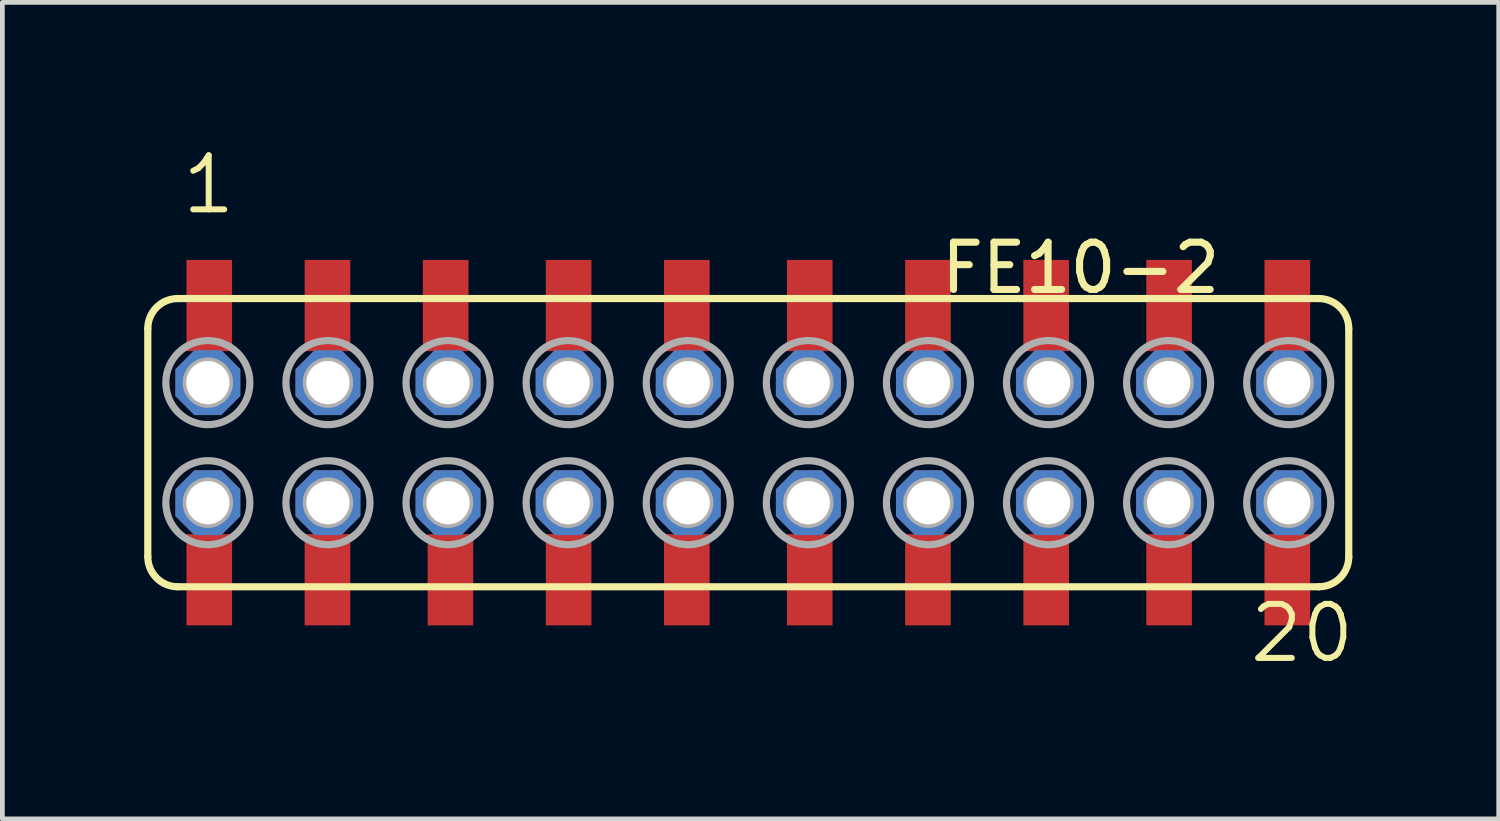
<source format=kicad_pcb>
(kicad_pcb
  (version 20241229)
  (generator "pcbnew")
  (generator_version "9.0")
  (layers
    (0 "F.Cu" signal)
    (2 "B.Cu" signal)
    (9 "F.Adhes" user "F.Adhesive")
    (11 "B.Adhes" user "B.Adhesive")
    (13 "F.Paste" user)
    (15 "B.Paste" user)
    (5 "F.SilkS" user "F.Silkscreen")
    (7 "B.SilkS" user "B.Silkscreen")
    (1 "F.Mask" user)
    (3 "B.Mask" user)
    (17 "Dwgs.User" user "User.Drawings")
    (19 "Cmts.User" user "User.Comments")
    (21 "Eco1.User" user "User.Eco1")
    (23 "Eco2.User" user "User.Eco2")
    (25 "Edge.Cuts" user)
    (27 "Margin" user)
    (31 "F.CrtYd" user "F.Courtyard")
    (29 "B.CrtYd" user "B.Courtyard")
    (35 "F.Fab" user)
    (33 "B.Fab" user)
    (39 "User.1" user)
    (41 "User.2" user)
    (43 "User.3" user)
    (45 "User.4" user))
  (footprint "FE10-2"
    (layer "F.Cu")
    (at 12.776 6.312)
    (property "Reference" "FE10-2" (at 10.058 -4.28 180) (layer "F.SilkS") (effects (font (size 1 1) (thickness 0.15)) (justify right top)))
    (fp_line (start -12.7 2.413) (end -12.7 -2.413) (stroke (width 0.152) (type solid)) (layer "F.SilkS"))
    (fp_line (start -12.065 -3.048) (end 12.065 -3.048) (stroke (width 0.152) (type solid)) (layer "F.SilkS"))
    (fp_line (start -12.065 3.048) (end 12.065 3.048) (stroke (width 0.152) (type solid)) (layer "F.SilkS"))
    (fp_line (start 12.7 2.413) (end 12.7 -2.413) (stroke (width 0.152) (type solid)) (layer "F.SilkS"))
    (fp_arc (start -12.7 -2.413) (mid -12.514013 -2.862013) (end -12.065 -3.048) (stroke (width 0.1524) (type solid)) (layer "F.SilkS"))
    (fp_arc (start -12.065 3.048) (mid -12.514013 2.862013) (end -12.7 2.413) (stroke (width 0.1524) (type solid)) (layer "F.SilkS"))
    (fp_arc (start 12.065 -3.048) (mid 12.514013 -2.862013) (end 12.7 -2.413) (stroke (width 0.1524) (type solid)) (layer "F.SilkS"))
    (fp_arc (start 12.7 2.413) (mid 12.514013 2.862013) (end 12.065 3.048) (stroke (width 0.1524) (type solid)) (layer "F.SilkS"))
    (fp_circle (center -11.43 -1.27) (end -11.303 -1.27) (stroke (width 0.406) (type solid)) (fill no) (layer "F.Fab"))
    (fp_circle (center -11.43 -1.27) (end -10.541 -1.27) (stroke (width 0.152) (type solid)) (fill no) (layer "F.Fab"))
    (fp_circle (center -11.43 1.27) (end -11.303 1.27) (stroke (width 0.406) (type solid)) (fill no) (layer "F.Fab"))
    (fp_circle (center -11.43 1.27) (end -10.541 1.27) (stroke (width 0.152) (type solid)) (fill no) (layer "F.Fab"))
    (fp_circle (center -8.89 -1.27) (end -8.763 -1.27) (stroke (width 0.406) (type solid)) (fill no) (layer "F.Fab"))
    (fp_circle (center -8.89 -1.27) (end -8.001 -1.27) (stroke (width 0.152) (type solid)) (fill no) (layer "F.Fab"))
    (fp_circle (center -8.89 1.27) (end -8.763 1.27) (stroke (width 0.406) (type solid)) (fill no) (layer "F.Fab"))
    (fp_circle (center -8.89 1.27) (end -8.001 1.27) (stroke (width 0.152) (type solid)) (fill no) (layer "F.Fab"))
    (fp_circle (center -6.35 -1.27) (end -6.223 -1.27) (stroke (width 0.406) (type solid)) (fill no) (layer "F.Fab"))
    (fp_circle (center -6.35 -1.27) (end -5.461 -1.27) (stroke (width 0.152) (type solid)) (fill no) (layer "F.Fab"))
    (fp_circle (center -6.35 1.27) (end -6.223 1.27) (stroke (width 0.406) (type solid)) (fill no) (layer "F.Fab"))
    (fp_circle (center -6.35 1.27) (end -5.461 1.27) (stroke (width 0.152) (type solid)) (fill no) (layer "F.Fab"))
    (fp_circle (center -3.81 -1.27) (end -3.683 -1.27) (stroke (width 0.406) (type solid)) (fill no) (layer "F.Fab"))
    (fp_circle (center -3.81 -1.27) (end -2.921 -1.27) (stroke (width 0.152) (type solid)) (fill no) (layer "F.Fab"))
    (fp_circle (center -3.81 1.27) (end -3.683 1.27) (stroke (width 0.406) (type solid)) (fill no) (layer "F.Fab"))
    (fp_circle (center -3.81 1.27) (end -2.921 1.27) (stroke (width 0.152) (type solid)) (fill no) (layer "F.Fab"))
    (fp_circle (center -1.27 -1.27) (end -1.143 -1.27) (stroke (width 0.406) (type solid)) (fill no) (layer "F.Fab"))
    (fp_circle (center -1.27 -1.27) (end -0.381 -1.27) (stroke (width 0.152) (type solid)) (fill no) (layer "F.Fab"))
    (fp_circle (center -1.27 1.27) (end -1.143 1.27) (stroke (width 0.406) (type solid)) (fill no) (layer "F.Fab"))
    (fp_circle (center -1.27 1.27) (end -0.381 1.27) (stroke (width 0.152) (type solid)) (fill no) (layer "F.Fab"))
    (fp_circle (center 1.27 -1.27) (end 1.397 -1.27) (stroke (width 0.406) (type solid)) (fill no) (layer "F.Fab"))
    (fp_circle (center 1.27 -1.27) (end 2.159 -1.27) (stroke (width 0.152) (type solid)) (fill no) (layer "F.Fab"))
    (fp_circle (center 1.27 1.27) (end 1.397 1.27) (stroke (width 0.406) (type solid)) (fill no) (layer "F.Fab"))
    (fp_circle (center 1.27 1.27) (end 2.159 1.27) (stroke (width 0.152) (type solid)) (fill no) (layer "F.Fab"))
    (fp_circle (center 3.81 -1.27) (end 3.937 -1.27) (stroke (width 0.406) (type solid)) (fill no) (layer "F.Fab"))
    (fp_circle (center 3.81 -1.27) (end 4.699 -1.27) (stroke (width 0.152) (type solid)) (fill no) (layer "F.Fab"))
    (fp_circle (center 3.81 1.27) (end 3.937 1.27) (stroke (width 0.406) (type solid)) (fill no) (layer "F.Fab"))
    (fp_circle (center 3.81 1.27) (end 4.699 1.27) (stroke (width 0.152) (type solid)) (fill no) (layer "F.Fab"))
    (fp_circle (center 6.35 -1.27) (end 6.477 -1.27) (stroke (width 0.406) (type solid)) (fill no) (layer "F.Fab"))
    (fp_circle (center 6.35 -1.27) (end 7.239 -1.27) (stroke (width 0.152) (type solid)) (fill no) (layer "F.Fab"))
    (fp_circle (center 6.35 1.27) (end 6.477 1.27) (stroke (width 0.406) (type solid)) (fill no) (layer "F.Fab"))
    (fp_circle (center 6.35 1.27) (end 7.239 1.27) (stroke (width 0.152) (type solid)) (fill no) (layer "F.Fab"))
    (fp_circle (center 8.89 -1.27) (end 9.017 -1.27) (stroke (width 0.406) (type solid)) (fill no) (layer "F.Fab"))
    (fp_circle (center 8.89 -1.27) (end 9.779 -1.27) (stroke (width 0.152) (type solid)) (fill no) (layer "F.Fab"))
    (fp_circle (center 8.89 1.27) (end 9.017 1.27) (stroke (width 0.406) (type solid)) (fill no) (layer "F.Fab"))
    (fp_circle (center 8.89 1.27) (end 9.779 1.27) (stroke (width 0.152) (type solid)) (fill no) (layer "F.Fab"))
    (fp_circle (center 11.43 -1.27) (end 11.557 -1.27) (stroke (width 0.406) (type solid)) (fill no) (layer "F.Fab"))
    (fp_circle (center 11.43 -1.27) (end 12.319 -1.27) (stroke (width 0.152) (type solid)) (fill no) (layer "F.Fab"))
    (fp_circle (center 11.43 1.27) (end 11.557 1.27) (stroke (width 0.406) (type solid)) (fill no) (layer "F.Fab"))
    (fp_circle (center 11.43 1.27) (end 12.319 1.27) (stroke (width 0.152) (type solid)) (fill no) (layer "F.Fab"))
    (fp_text user "20" (at 10.541 4.699 0) (layer "F.SilkS") (effects (font (size 1.143 1.143) (thickness 0.127)) (justify left bottom)))
    (fp_text user "1" (at -12.04 -4.788 0) (layer "F.SilkS") (effects (font (size 1.143 1.143) (thickness 0.127)) (justify left bottom)))
    (pad "1" thru_hole roundrect (at -11.43 -1.27) (size 1.372 1.372) (drill 0.914) (layers "*.Cu" "*.Mask") (roundrect_rratio 0.25) (chamfer_ratio 0.293) (chamfer top_left top_right bottom_left bottom_right))
    (pad "1" smd rect (at -11.4 -2.9 270) (size 1.93 0.965) (layers "F.Cu" "F.Mask" "F.Paste"))
    (pad "2" thru_hole roundrect (at -11.43 1.27) (size 1.372 1.372) (drill 0.914) (layers "*.Cu" "*.Mask") (roundrect_rratio 0.25) (chamfer_ratio 0.293) (chamfer top_left top_right bottom_left bottom_right))
    (pad "2" smd rect (at -11.4 2.9 270) (size 1.93 0.965) (layers "F.Cu" "F.Mask" "F.Paste"))
    (pad "3" smd rect (at -8.9 -2.9 270) (size 1.93 0.965) (layers "F.Cu" "F.Mask" "F.Paste"))
    (pad "3" thru_hole roundrect (at -8.89 -1.27) (size 1.372 1.372) (drill 0.914) (layers "*.Cu" "*.Mask") (roundrect_rratio 0.25) (chamfer_ratio 0.293) (chamfer top_left top_right bottom_left bottom_right))
    (pad "4" smd rect (at -8.9 2.9 270) (size 1.93 0.965) (layers "F.Cu" "F.Mask" "F.Paste"))
    (pad "4" thru_hole roundrect (at -8.89 1.27) (size 1.372 1.372) (drill 0.914) (layers "*.Cu" "*.Mask") (roundrect_rratio 0.25) (chamfer_ratio 0.293) (chamfer top_left top_right bottom_left bottom_right))
    (pad "5" smd rect (at -6.4 -2.9 270) (size 1.93 0.965) (layers "F.Cu" "F.Mask" "F.Paste"))
    (pad "5" thru_hole roundrect (at -6.35 -1.27) (size 1.372 1.372) (drill 0.914) (layers "*.Cu" "*.Mask") (roundrect_rratio 0.25) (chamfer_ratio 0.293) (chamfer top_left top_right bottom_left bottom_right))
    (pad "6" thru_hole roundrect (at -6.35 1.27) (size 1.372 1.372) (drill 0.914) (layers "*.Cu" "*.Mask") (roundrect_rratio 0.25) (chamfer_ratio 0.293) (chamfer top_left top_right bottom_left bottom_right))
    (pad "6" smd rect (at -6.3 2.9 270) (size 1.93 0.965) (layers "F.Cu" "F.Mask" "F.Paste"))
    (pad "7" thru_hole roundrect (at -3.81 -1.27) (size 1.372 1.372) (drill 0.914) (layers "*.Cu" "*.Mask") (roundrect_rratio 0.25) (chamfer_ratio 0.293) (chamfer top_left top_right bottom_left bottom_right))
    (pad "7" smd rect (at -3.8 -2.9 270) (size 1.93 0.965) (layers "F.Cu" "F.Mask" "F.Paste"))
    (pad "8" thru_hole roundrect (at -3.81 1.27) (size 1.372 1.372) (drill 0.914) (layers "*.Cu" "*.Mask") (roundrect_rratio 0.25) (chamfer_ratio 0.293) (chamfer top_left top_right bottom_left bottom_right))
    (pad "8" smd rect (at -3.8 2.9 270) (size 1.93 0.965) (layers "F.Cu" "F.Mask" "F.Paste"))
    (pad "9" smd rect (at -1.3 -2.9 270) (size 1.93 0.965) (layers "F.Cu" "F.Mask" "F.Paste"))
    (pad "9" thru_hole roundrect (at -1.27 -1.27) (size 1.372 1.372) (drill 0.914) (layers "*.Cu" "*.Mask") (roundrect_rratio 0.25) (chamfer_ratio 0.293) (chamfer top_left top_right bottom_left bottom_right))
    (pad "10" smd rect (at -1.3 2.9 270) (size 1.93 0.965) (layers "F.Cu" "F.Mask" "F.Paste"))
    (pad "10" thru_hole roundrect (at -1.27 1.27) (size 1.372 1.372) (drill 0.914) (layers "*.Cu" "*.Mask") (roundrect_rratio 0.25) (chamfer_ratio 0.293) (chamfer top_left top_right bottom_left bottom_right))
    (pad "11" thru_hole roundrect (at 1.27 -1.27) (size 1.372 1.372) (drill 0.914) (layers "*.Cu" "*.Mask") (roundrect_rratio 0.25) (chamfer_ratio 0.293) (chamfer top_left top_right bottom_left bottom_right))
    (pad "11" smd rect (at 1.3 -2.9 270) (size 1.93 0.965) (layers "F.Cu" "F.Mask" "F.Paste"))
    (pad "12" thru_hole roundrect (at 1.27 1.27) (size 1.372 1.372) (drill 0.914) (layers "*.Cu" "*.Mask") (roundrect_rratio 0.25) (chamfer_ratio 0.293) (chamfer top_left top_right bottom_left bottom_right))
    (pad "12" smd rect (at 1.3 2.9 270) (size 1.93 0.965) (layers "F.Cu" "F.Mask" "F.Paste"))
    (pad "13" smd rect (at 3.8 -2.9 270) (size 1.93 0.965) (layers "F.Cu" "F.Mask" "F.Paste"))
    (pad "13" thru_hole roundrect (at 3.81 -1.27) (size 1.372 1.372) (drill 0.914) (layers "*.Cu" "*.Mask") (roundrect_rratio 0.25) (chamfer_ratio 0.293) (chamfer top_left top_right bottom_left bottom_right))
    (pad "14" smd rect (at 3.8 2.9 270) (size 1.93 0.965) (layers "F.Cu" "F.Mask" "F.Paste"))
    (pad "14" thru_hole roundrect (at 3.81 1.27) (size 1.372 1.372) (drill 0.914) (layers "*.Cu" "*.Mask") (roundrect_rratio 0.25) (chamfer_ratio 0.293) (chamfer top_left top_right bottom_left bottom_right))
    (pad "15" smd rect (at 6.3 -2.9 270) (size 1.93 0.965) (layers "F.Cu" "F.Mask" "F.Paste"))
    (pad "15" thru_hole roundrect (at 6.35 -1.27) (size 1.372 1.372) (drill 0.914) (layers "*.Cu" "*.Mask") (roundrect_rratio 0.25) (chamfer_ratio 0.293) (chamfer top_left top_right bottom_left bottom_right))
    (pad "16" smd rect (at 6.3 2.9 270) (size 1.93 0.965) (layers "F.Cu" "F.Mask" "F.Paste"))
    (pad "16" thru_hole roundrect (at 6.35 1.27) (size 1.372 1.372) (drill 0.914) (layers "*.Cu" "*.Mask") (roundrect_rratio 0.25) (chamfer_ratio 0.293) (chamfer top_left top_right bottom_left bottom_right))
    (pad "17" thru_hole roundrect (at 8.89 -1.27) (size 1.372 1.372) (drill 0.914) (layers "*.Cu" "*.Mask") (roundrect_rratio 0.25) (chamfer_ratio 0.293) (chamfer top_left top_right bottom_left bottom_right))
    (pad "17" smd rect (at 8.9 -2.9 270) (size 1.93 0.965) (layers "F.Cu" "F.Mask" "F.Paste"))
    (pad "18" thru_hole roundrect (at 8.89 1.27) (size 1.372 1.372) (drill 0.914) (layers "*.Cu" "*.Mask") (roundrect_rratio 0.25) (chamfer_ratio 0.293) (chamfer top_left top_right bottom_left bottom_right))
    (pad "18" smd rect (at 8.9 2.9 270) (size 1.93 0.965) (layers "F.Cu" "F.Mask" "F.Paste"))
    (pad "19" smd rect (at 11.4 -2.9 270) (size 1.93 0.965) (layers "F.Cu" "F.Mask" "F.Paste"))
    (pad "19" thru_hole roundrect (at 11.43 -1.27) (size 1.372 1.372) (drill 0.914) (layers "*.Cu" "*.Mask") (roundrect_rratio 0.25) (chamfer_ratio 0.293) (chamfer top_left top_right bottom_left bottom_right))
    (pad "20" smd rect (at 11.4 2.9 270) (size 1.93 0.965) (layers "F.Cu" "F.Mask" "F.Paste"))
    (pad "20" thru_hole roundrect (at 11.43 1.27) (size 1.372 1.372) (drill 0.914) (layers "*.Cu" "*.Mask") (roundrect_rratio 0.25) (chamfer_ratio 0.293) (chamfer top_left top_right bottom_left bottom_right)))
  (gr_rect
    (start -3 -3)
    (end 28.647 14.27)
    (stroke (width 0.1) (type default))
    (fill no)
    (layer "Edge.Cuts")))
</source>
